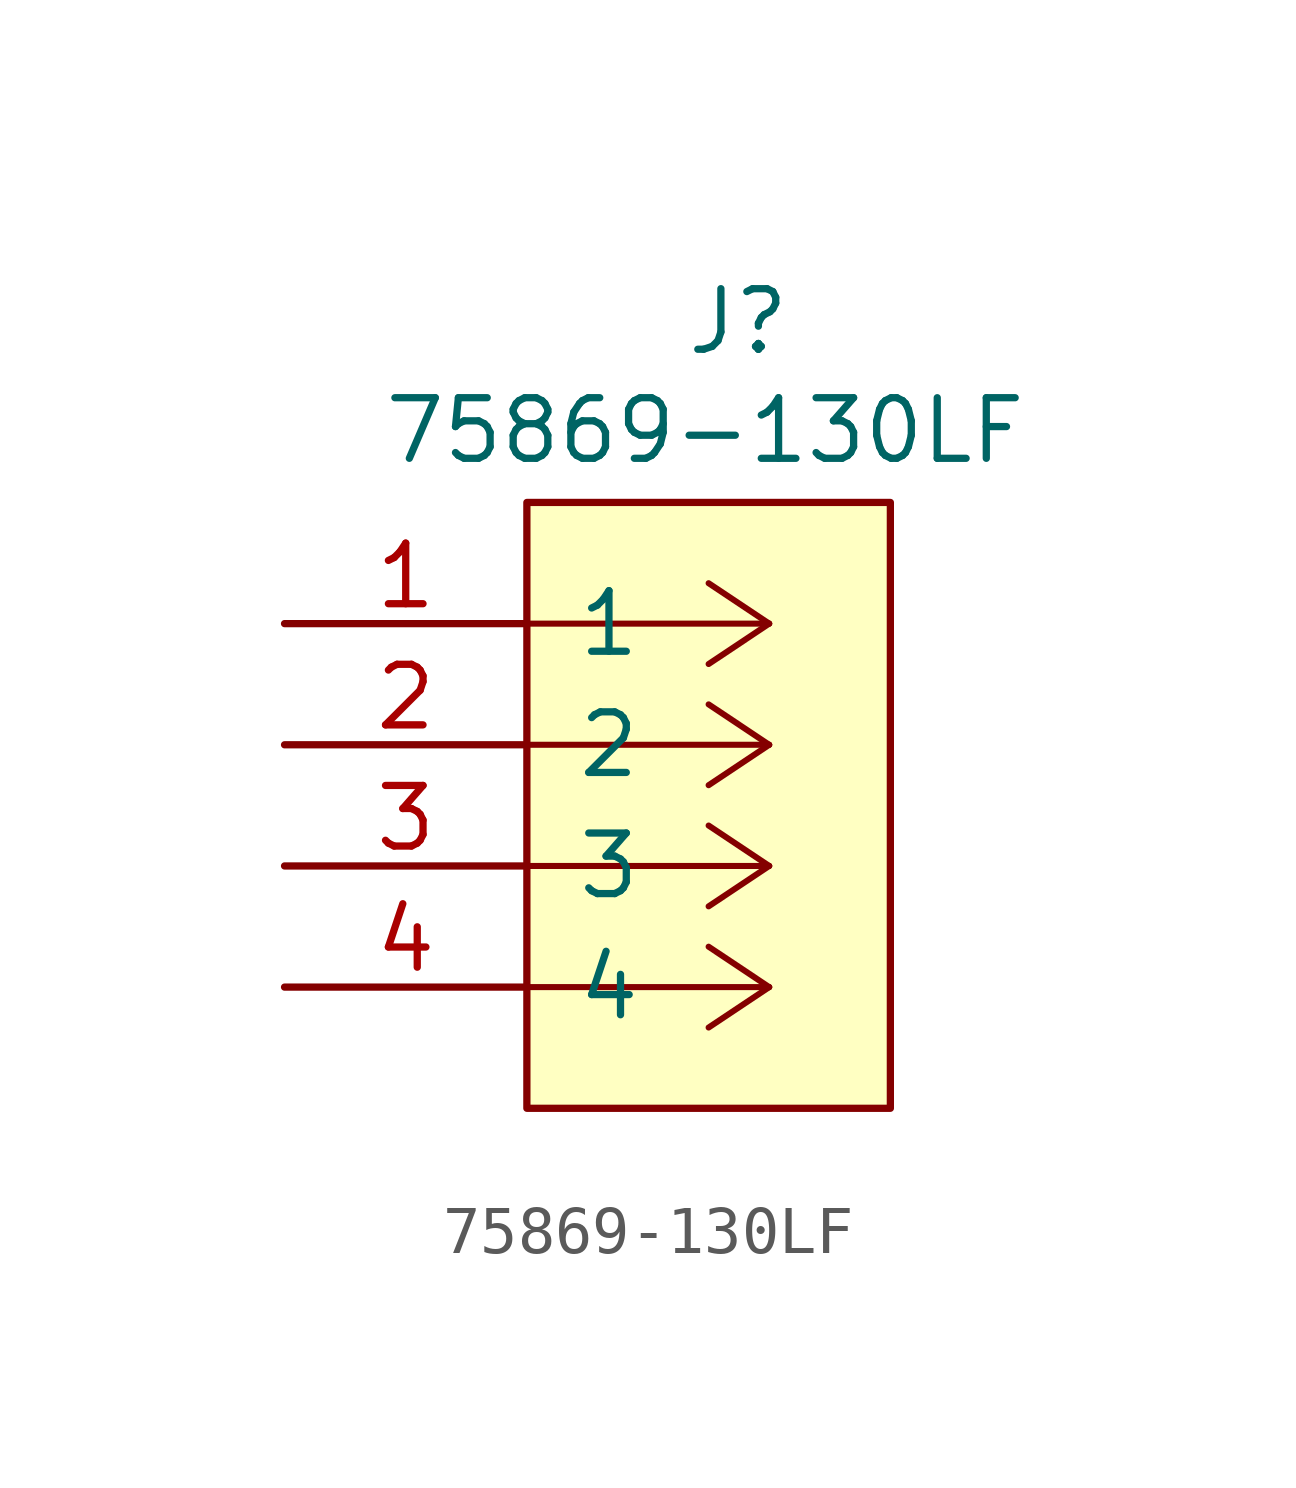
<source format=kicad_sym>
(kicad_symbol_lib
  (version 20241209)
  (generator "kicad_symbol_editor")
  (generator_version "9.0")
  (symbol "75869-130LF"
    (pin_names
      (offset 1.016))
    (property "Reference" "J"
      (at 8.382 5.588 0)
      (effects (font (size 1.27 1.27)) (justify left bottom)))
    (property "Value" "75869-130LF"
      (at 2.032 3.302 0)
      (effects (font (size 1.27 1.27)) (justify left bottom)))
    (symbol "75869-130LF_0_1"
      (polyline (pts (xy 10.16 0) (xy 5.08 0)) (stroke (width 0.127) (type default)) (fill (type none)))
      (polyline (pts (xy 10.16 0) (xy 8.89 0.847)) (stroke (width 0.127) (type default)) (fill (type none)))
      (polyline (pts (xy 10.16 0) (xy 8.89 -0.847)) (stroke (width 0.127) (type default)) (fill (type none)))
      (polyline (pts (xy 10.16 -2.54) (xy 5.08 -2.54)) (stroke (width 0.127) (type default)) (fill (type none)))
      (polyline (pts (xy 10.16 -2.54) (xy 8.89 -1.693)) (stroke (width 0.127) (type default)) (fill (type none)))
      (polyline (pts (xy 10.16 -2.54) (xy 8.89 -3.387)) (stroke (width 0.127) (type default)) (fill (type none)))
      (polyline (pts (xy 10.16 -5.08) (xy 5.08 -5.08)) (stroke (width 0.127) (type default)) (fill (type none)))
      (polyline (pts (xy 10.16 -5.08) (xy 8.89 -4.233)) (stroke (width 0.127) (type default)) (fill (type none)))
      (polyline (pts (xy 10.16 -5.08) (xy 8.89 -5.927)) (stroke (width 0.127) (type default)) (fill (type none)))
      (polyline (pts (xy 10.16 -7.62) (xy 5.08 -7.62)) (stroke (width 0.127) (type default)) (fill (type none)))
      (polyline (pts (xy 10.16 -7.62) (xy 8.89 -6.773)) (stroke (width 0.127) (type default)) (fill (type none)))
      (polyline (pts (xy 10.16 -7.62) (xy 8.89 -8.467)) (stroke (width 0.127) (type default)) (fill (type none)))
      (pin unspecified line (at 0 0 0) (length 5.08) (name "1" (effects (font (size 1.27 1.27)))) (number "1" (effects (font (size 1.27 1.27)))))
      (pin unspecified line (at 0 -2.54 0) (length 5.08) (name "2" (effects (font (size 1.27 1.27)))) (number "2" (effects (font (size 1.27 1.27)))))
      (pin unspecified line (at 0 -5.08 0) (length 5.08) (name "3" (effects (font (size 1.27 1.27)))) (number "3" (effects (font (size 1.27 1.27)))))
      (pin unspecified line (at 0 -7.62 0) (length 5.08) (name "4" (effects (font (size 1.27 1.27)))) (number "4" (effects (font (size 1.27 1.27))))))
    (symbol "75869-130LF_1_1"
      (rectangle (start 5.08 2.54) (end 12.7 -10.16) (stroke (width 0) (type solid)) (fill (type background))))))
</source>
